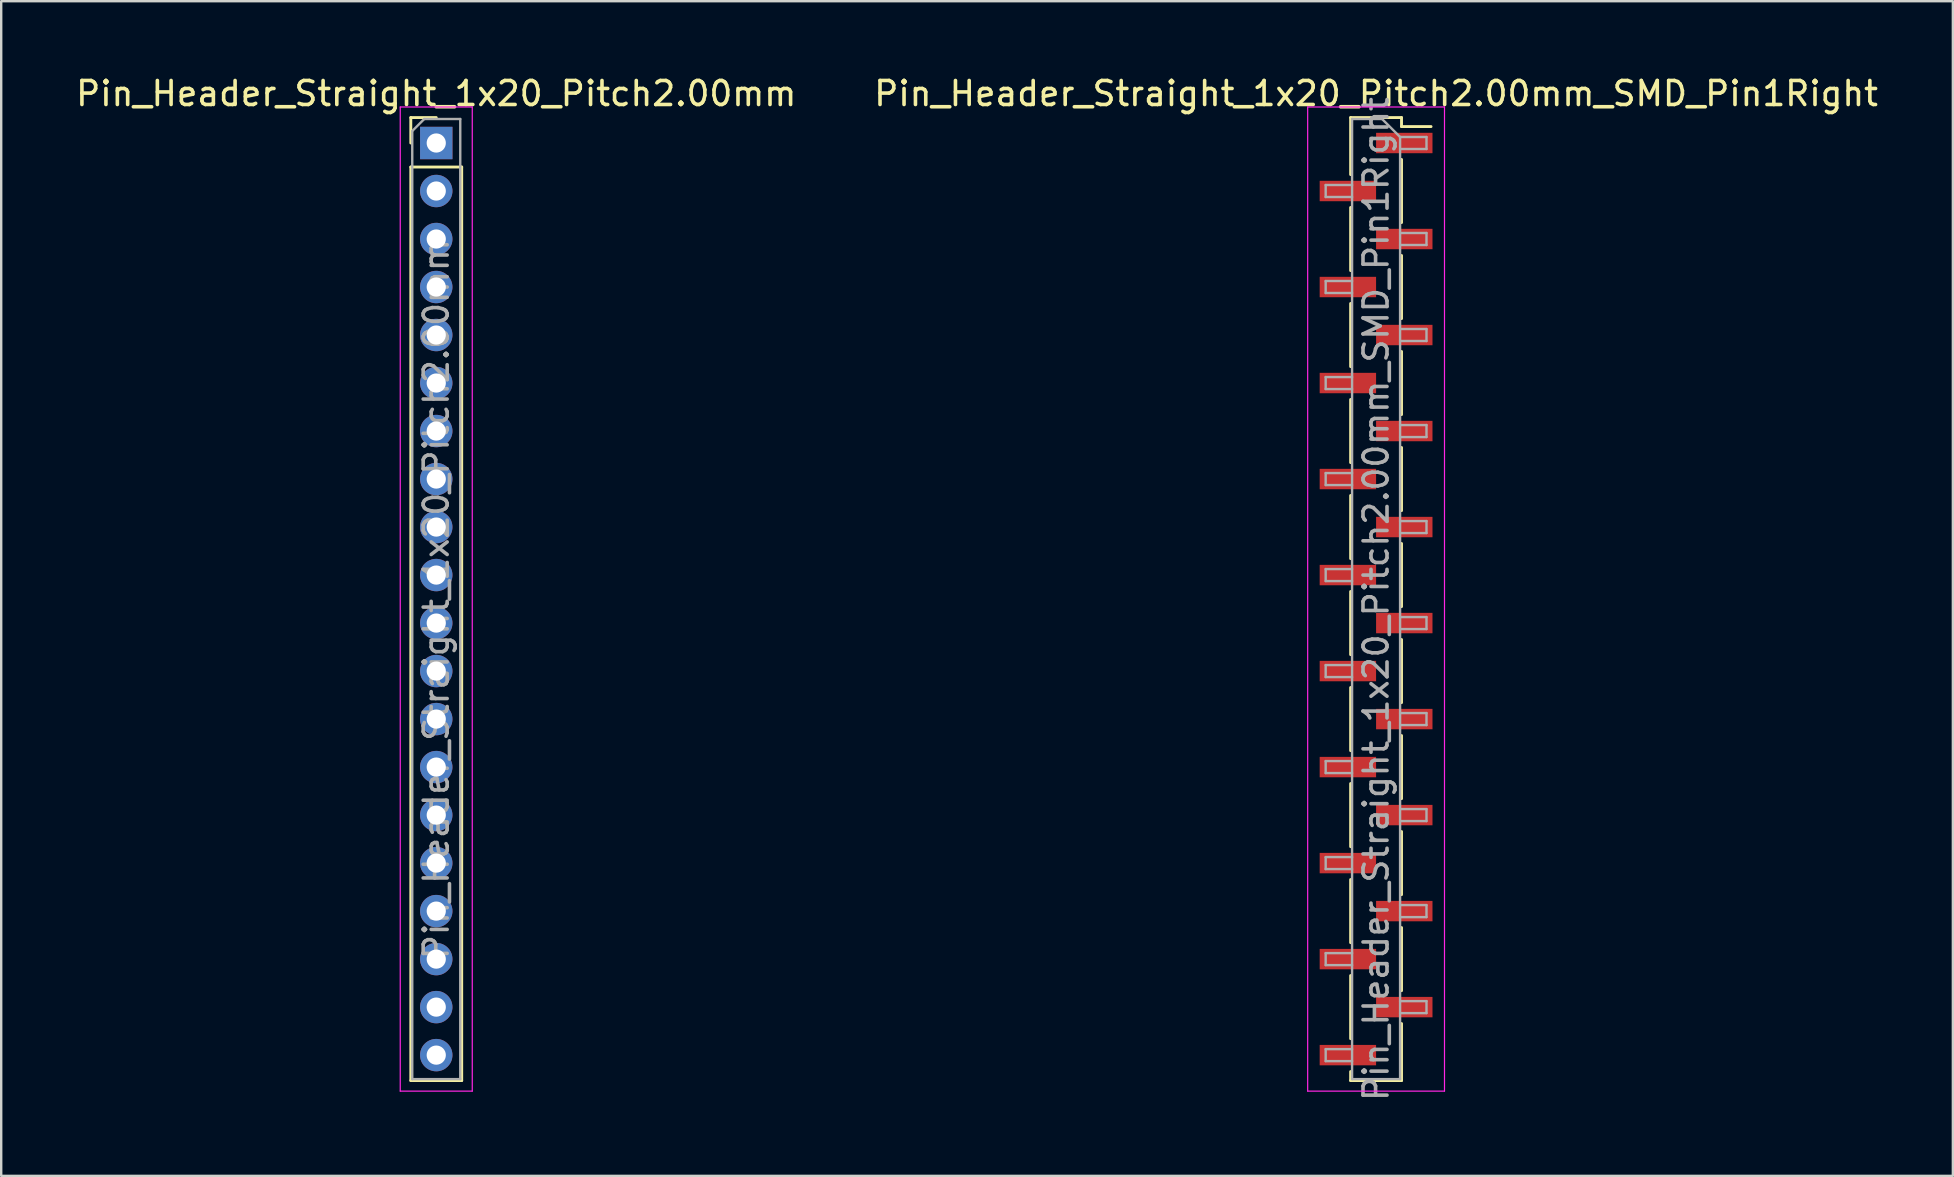
<source format=kicad_pcb>
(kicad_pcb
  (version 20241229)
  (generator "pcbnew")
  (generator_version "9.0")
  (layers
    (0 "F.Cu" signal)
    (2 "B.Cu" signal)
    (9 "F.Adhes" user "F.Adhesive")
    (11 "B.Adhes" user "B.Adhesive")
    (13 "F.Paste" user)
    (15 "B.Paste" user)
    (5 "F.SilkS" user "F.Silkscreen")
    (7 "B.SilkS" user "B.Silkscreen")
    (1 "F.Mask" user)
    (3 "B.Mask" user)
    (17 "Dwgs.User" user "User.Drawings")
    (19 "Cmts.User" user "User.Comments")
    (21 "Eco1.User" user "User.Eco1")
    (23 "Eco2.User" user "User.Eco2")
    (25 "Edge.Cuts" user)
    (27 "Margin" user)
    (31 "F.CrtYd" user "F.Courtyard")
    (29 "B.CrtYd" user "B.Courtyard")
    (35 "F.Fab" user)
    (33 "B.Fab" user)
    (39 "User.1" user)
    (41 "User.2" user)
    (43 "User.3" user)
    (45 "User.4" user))
  (footprint "Pin_Header_Straight_1x20_Pitch2.00mm_SMD_Pin1Right"
    (layer "F.Cu")
    (at 54.28 21.908)
    (property "Reference" "Pin_Header_Straight_1x20_Pitch2.00mm_SMD_Pin1Right" (at 0 -21.06 0) (layer "F.SilkS") (effects (font (size 1 1) (thickness 0.15))))
    (attr smd)
    (fp_line (start -1.06 -20.06) (end -1.06 -17.685) (stroke (width 0.12) (type solid)) (layer "F.SilkS"))
    (fp_line (start -1.06 -20.06) (end 1.06 -20.06) (stroke (width 0.12) (type solid)) (layer "F.SilkS"))
    (fp_line (start -1.06 -16.315) (end -1.06 -13.685) (stroke (width 0.12) (type solid)) (layer "F.SilkS"))
    (fp_line (start -1.06 -12.315) (end -1.06 -9.685) (stroke (width 0.12) (type solid)) (layer "F.SilkS"))
    (fp_line (start -1.06 -8.315) (end -1.06 -5.685) (stroke (width 0.12) (type solid)) (layer "F.SilkS"))
    (fp_line (start -1.06 -4.315) (end -1.06 -1.685) (stroke (width 0.12) (type solid)) (layer "F.SilkS"))
    (fp_line (start -1.06 -0.315) (end -1.06 2.315) (stroke (width 0.12) (type solid)) (layer "F.SilkS"))
    (fp_line (start -1.06 3.685) (end -1.06 6.315) (stroke (width 0.12) (type solid)) (layer "F.SilkS"))
    (fp_line (start -1.06 7.685) (end -1.06 10.315) (stroke (width 0.12) (type solid)) (layer "F.SilkS"))
    (fp_line (start -1.06 11.685) (end -1.06 14.315) (stroke (width 0.12) (type solid)) (layer "F.SilkS"))
    (fp_line (start -1.06 15.685) (end -1.06 18.315) (stroke (width 0.12) (type solid)) (layer "F.SilkS"))
    (fp_line (start -1.06 19.685) (end -1.06 20.06) (stroke (width 0.12) (type solid)) (layer "F.SilkS"))
    (fp_line (start -1.06 20.06) (end 1.06 20.06) (stroke (width 0.12) (type solid)) (layer "F.SilkS"))
    (fp_line (start 1.06 -20.06) (end 1.06 -19.685) (stroke (width 0.12) (type solid)) (layer "F.SilkS"))
    (fp_line (start 1.06 -19.685) (end 2.29 -19.685) (stroke (width 0.12) (type solid)) (layer "F.SilkS"))
    (fp_line (start 1.06 -18.315) (end 1.06 -15.685) (stroke (width 0.12) (type solid)) (layer "F.SilkS"))
    (fp_line (start 1.06 -14.315) (end 1.06 -11.685) (stroke (width 0.12) (type solid)) (layer "F.SilkS"))
    (fp_line (start 1.06 -10.315) (end 1.06 -7.685) (stroke (width 0.12) (type solid)) (layer "F.SilkS"))
    (fp_line (start 1.06 -6.315) (end 1.06 -3.685) (stroke (width 0.12) (type solid)) (layer "F.SilkS"))
    (fp_line (start 1.06 -2.315) (end 1.06 0.315) (stroke (width 0.12) (type solid)) (layer "F.SilkS"))
    (fp_line (start 1.06 1.685) (end 1.06 4.315) (stroke (width 0.12) (type solid)) (layer "F.SilkS"))
    (fp_line (start 1.06 5.685) (end 1.06 8.315) (stroke (width 0.12) (type solid)) (layer "F.SilkS"))
    (fp_line (start 1.06 9.685) (end 1.06 12.315) (stroke (width 0.12) (type solid)) (layer "F.SilkS"))
    (fp_line (start 1.06 13.685) (end 1.06 16.315) (stroke (width 0.12) (type solid)) (layer "F.SilkS"))
    (fp_line (start 1.06 17.685) (end 1.06 20.06) (stroke (width 0.12) (type solid)) (layer "F.SilkS"))
    (fp_line (start -2.85 -20.5) (end -2.85 20.5) (stroke (width 0.05) (type solid)) (layer "F.CrtYd"))
    (fp_line (start -2.85 20.5) (end 2.85 20.5) (stroke (width 0.05) (type solid)) (layer "F.CrtYd"))
    (fp_line (start 2.85 -20.5) (end -2.85 -20.5) (stroke (width 0.05) (type solid)) (layer "F.CrtYd"))
    (fp_line (start 2.85 20.5) (end 2.85 -20.5) (stroke (width 0.05) (type solid)) (layer "F.CrtYd"))
    (fp_line (start -2.1 -17.25) (end -2.1 -16.75) (stroke (width 0.1) (type solid)) (layer "F.Fab"))
    (fp_line (start -2.1 -16.75) (end -1 -16.75) (stroke (width 0.1) (type solid)) (layer "F.Fab"))
    (fp_line (start -2.1 -13.25) (end -2.1 -12.75) (stroke (width 0.1) (type solid)) (layer "F.Fab"))
    (fp_line (start -2.1 -12.75) (end -1 -12.75) (stroke (width 0.1) (type solid)) (layer "F.Fab"))
    (fp_line (start -2.1 -9.25) (end -2.1 -8.75) (stroke (width 0.1) (type solid)) (layer "F.Fab"))
    (fp_line (start -2.1 -8.75) (end -1 -8.75) (stroke (width 0.1) (type solid)) (layer "F.Fab"))
    (fp_line (start -2.1 -5.25) (end -2.1 -4.75) (stroke (width 0.1) (type solid)) (layer "F.Fab"))
    (fp_line (start -2.1 -4.75) (end -1 -4.75) (stroke (width 0.1) (type solid)) (layer "F.Fab"))
    (fp_line (start -2.1 -1.25) (end -2.1 -0.75) (stroke (width 0.1) (type solid)) (layer "F.Fab"))
    (fp_line (start -2.1 -0.75) (end -1 -0.75) (stroke (width 0.1) (type solid)) (layer "F.Fab"))
    (fp_line (start -2.1 2.75) (end -2.1 3.25) (stroke (width 0.1) (type solid)) (layer "F.Fab"))
    (fp_line (start -2.1 3.25) (end -1 3.25) (stroke (width 0.1) (type solid)) (layer "F.Fab"))
    (fp_line (start -2.1 6.75) (end -2.1 7.25) (stroke (width 0.1) (type solid)) (layer "F.Fab"))
    (fp_line (start -2.1 7.25) (end -1 7.25) (stroke (width 0.1) (type solid)) (layer "F.Fab"))
    (fp_line (start -2.1 10.75) (end -2.1 11.25) (stroke (width 0.1) (type solid)) (layer "F.Fab"))
    (fp_line (start -2.1 11.25) (end -1 11.25) (stroke (width 0.1) (type solid)) (layer "F.Fab"))
    (fp_line (start -2.1 14.75) (end -2.1 15.25) (stroke (width 0.1) (type solid)) (layer "F.Fab"))
    (fp_line (start -2.1 15.25) (end -1 15.25) (stroke (width 0.1) (type solid)) (layer "F.Fab"))
    (fp_line (start -2.1 18.75) (end -2.1 19.25) (stroke (width 0.1) (type solid)) (layer "F.Fab"))
    (fp_line (start -2.1 19.25) (end -1 19.25) (stroke (width 0.1) (type solid)) (layer "F.Fab"))
    (fp_line (start -1 -20) (end -1 20) (stroke (width 0.1) (type solid)) (layer "F.Fab"))
    (fp_line (start -1 -20) (end 0.25 -20) (stroke (width 0.1) (type solid)) (layer "F.Fab"))
    (fp_line (start -1 -17.25) (end -2.1 -17.25) (stroke (width 0.1) (type solid)) (layer "F.Fab"))
    (fp_line (start -1 -13.25) (end -2.1 -13.25) (stroke (width 0.1) (type solid)) (layer "F.Fab"))
    (fp_line (start -1 -9.25) (end -2.1 -9.25) (stroke (width 0.1) (type solid)) (layer "F.Fab"))
    (fp_line (start -1 -5.25) (end -2.1 -5.25) (stroke (width 0.1) (type solid)) (layer "F.Fab"))
    (fp_line (start -1 -1.25) (end -2.1 -1.25) (stroke (width 0.1) (type solid)) (layer "F.Fab"))
    (fp_line (start -1 2.75) (end -2.1 2.75) (stroke (width 0.1) (type solid)) (layer "F.Fab"))
    (fp_line (start -1 6.75) (end -2.1 6.75) (stroke (width 0.1) (type solid)) (layer "F.Fab"))
    (fp_line (start -1 10.75) (end -2.1 10.75) (stroke (width 0.1) (type solid)) (layer "F.Fab"))
    (fp_line (start -1 14.75) (end -2.1 14.75) (stroke (width 0.1) (type solid)) (layer "F.Fab"))
    (fp_line (start -1 18.75) (end -2.1 18.75) (stroke (width 0.1) (type solid)) (layer "F.Fab"))
    (fp_line (start 1 -19.25) (end 0.25 -20) (stroke (width 0.1) (type solid)) (layer "F.Fab"))
    (fp_line (start 1 -19.25) (end 2.1 -19.25) (stroke (width 0.1) (type solid)) (layer "F.Fab"))
    (fp_line (start 1 -15.25) (end 2.1 -15.25) (stroke (width 0.1) (type solid)) (layer "F.Fab"))
    (fp_line (start 1 -11.25) (end 2.1 -11.25) (stroke (width 0.1) (type solid)) (layer "F.Fab"))
    (fp_line (start 1 -7.25) (end 2.1 -7.25) (stroke (width 0.1) (type solid)) (layer "F.Fab"))
    (fp_line (start 1 -3.25) (end 2.1 -3.25) (stroke (width 0.1) (type solid)) (layer "F.Fab"))
    (fp_line (start 1 0.75) (end 2.1 0.75) (stroke (width 0.1) (type solid)) (layer "F.Fab"))
    (fp_line (start 1 4.75) (end 2.1 4.75) (stroke (width 0.1) (type solid)) (layer "F.Fab"))
    (fp_line (start 1 8.75) (end 2.1 8.75) (stroke (width 0.1) (type solid)) (layer "F.Fab"))
    (fp_line (start 1 12.75) (end 2.1 12.75) (stroke (width 0.1) (type solid)) (layer "F.Fab"))
    (fp_line (start 1 16.75) (end 2.1 16.75) (stroke (width 0.1) (type solid)) (layer "F.Fab"))
    (fp_line (start 1 20) (end -1 20) (stroke (width 0.1) (type solid)) (layer "F.Fab"))
    (fp_line (start 1 20) (end 1 -19.25) (stroke (width 0.1) (type solid)) (layer "F.Fab"))
    (fp_line (start 2.1 -19.25) (end 2.1 -18.75) (stroke (width 0.1) (type solid)) (layer "F.Fab"))
    (fp_line (start 2.1 -18.75) (end 1 -18.75) (stroke (width 0.1) (type solid)) (layer "F.Fab"))
    (fp_line (start 2.1 -15.25) (end 2.1 -14.75) (stroke (width 0.1) (type solid)) (layer "F.Fab"))
    (fp_line (start 2.1 -14.75) (end 1 -14.75) (stroke (width 0.1) (type solid)) (layer "F.Fab"))
    (fp_line (start 2.1 -11.25) (end 2.1 -10.75) (stroke (width 0.1) (type solid)) (layer "F.Fab"))
    (fp_line (start 2.1 -10.75) (end 1 -10.75) (stroke (width 0.1) (type solid)) (layer "F.Fab"))
    (fp_line (start 2.1 -7.25) (end 2.1 -6.75) (stroke (width 0.1) (type solid)) (layer "F.Fab"))
    (fp_line (start 2.1 -6.75) (end 1 -6.75) (stroke (width 0.1) (type solid)) (layer "F.Fab"))
    (fp_line (start 2.1 -3.25) (end 2.1 -2.75) (stroke (width 0.1) (type solid)) (layer "F.Fab"))
    (fp_line (start 2.1 -2.75) (end 1 -2.75) (stroke (width 0.1) (type solid)) (layer "F.Fab"))
    (fp_line (start 2.1 0.75) (end 2.1 1.25) (stroke (width 0.1) (type solid)) (layer "F.Fab"))
    (fp_line (start 2.1 1.25) (end 1 1.25) (stroke (width 0.1) (type solid)) (layer "F.Fab"))
    (fp_line (start 2.1 4.75) (end 2.1 5.25) (stroke (width 0.1) (type solid)) (layer "F.Fab"))
    (fp_line (start 2.1 5.25) (end 1 5.25) (stroke (width 0.1) (type solid)) (layer "F.Fab"))
    (fp_line (start 2.1 8.75) (end 2.1 9.25) (stroke (width 0.1) (type solid)) (layer "F.Fab"))
    (fp_line (start 2.1 9.25) (end 1 9.25) (stroke (width 0.1) (type solid)) (layer "F.Fab"))
    (fp_line (start 2.1 12.75) (end 2.1 13.25) (stroke (width 0.1) (type solid)) (layer "F.Fab"))
    (fp_line (start 2.1 13.25) (end 1 13.25) (stroke (width 0.1) (type solid)) (layer "F.Fab"))
    (fp_line (start 2.1 16.75) (end 2.1 17.25) (stroke (width 0.1) (type solid)) (layer "F.Fab"))
    (fp_line (start 2.1 17.25) (end 1 17.25) (stroke (width 0.1) (type solid)) (layer "F.Fab"))
    (fp_text user "${REFERENCE}" (at 0 0 90) (layer "F.Fab") (effects (font (size 1 1) (thickness 0.15))))
    (pad "1" smd rect (at 1.175 -19) (size 2.35 0.85) (layers "F.Cu" "F.Mask" "F.Paste"))
    (pad "2" smd rect (at -1.175 -17) (size 2.35 0.85) (layers "F.Cu" "F.Mask" "F.Paste"))
    (pad "3" smd rect (at 1.175 -15) (size 2.35 0.85) (layers "F.Cu" "F.Mask" "F.Paste"))
    (pad "4" smd rect (at -1.175 -13) (size 2.35 0.85) (layers "F.Cu" "F.Mask" "F.Paste"))
    (pad "5" smd rect (at 1.175 -11) (size 2.35 0.85) (layers "F.Cu" "F.Mask" "F.Paste"))
    (pad "6" smd rect (at -1.175 -9) (size 2.35 0.85) (layers "F.Cu" "F.Mask" "F.Paste"))
    (pad "7" smd rect (at 1.175 -7) (size 2.35 0.85) (layers "F.Cu" "F.Mask" "F.Paste"))
    (pad "8" smd rect (at -1.175 -5) (size 2.35 0.85) (layers "F.Cu" "F.Mask" "F.Paste"))
    (pad "9" smd rect (at 1.175 -3) (size 2.35 0.85) (layers "F.Cu" "F.Mask" "F.Paste"))
    (pad "10" smd rect (at -1.175 -1) (size 2.35 0.85) (layers "F.Cu" "F.Mask" "F.Paste"))
    (pad "11" smd rect (at 1.175 1) (size 2.35 0.85) (layers "F.Cu" "F.Mask" "F.Paste"))
    (pad "12" smd rect (at -1.175 3) (size 2.35 0.85) (layers "F.Cu" "F.Mask" "F.Paste"))
    (pad "13" smd rect (at 1.175 5) (size 2.35 0.85) (layers "F.Cu" "F.Mask" "F.Paste"))
    (pad "14" smd rect (at -1.175 7) (size 2.35 0.85) (layers "F.Cu" "F.Mask" "F.Paste"))
    (pad "15" smd rect (at 1.175 9) (size 2.35 0.85) (layers "F.Cu" "F.Mask" "F.Paste"))
    (pad "16" smd rect (at -1.175 11) (size 2.35 0.85) (layers "F.Cu" "F.Mask" "F.Paste"))
    (pad "17" smd rect (at 1.175 13) (size 2.35 0.85) (layers "F.Cu" "F.Mask" "F.Paste"))
    (pad "18" smd rect (at -1.175 15) (size 2.35 0.85) (layers "F.Cu" "F.Mask" "F.Paste"))
    (pad "19" smd rect (at 1.175 17) (size 2.35 0.85) (layers "F.Cu" "F.Mask" "F.Paste"))
    (pad "20" smd rect (at -1.175 19) (size 2.35 0.85) (layers "F.Cu" "F.Mask" "F.Paste")))
  (footprint "Pin_Header_Straight_1x20_Pitch2.00mm"
    (layer "F.Cu")
    (at 15.125 2.908)
    (property "Reference" "Pin_Header_Straight_1x20_Pitch2.00mm" (at 0 -2.06 0) (layer "F.SilkS") (effects (font (size 1 1) (thickness 0.15))))
    (attr through_hole)
    (fp_line (start -1.06 -1.06) (end 0 -1.06) (stroke (width 0.12) (type solid)) (layer "F.SilkS"))
    (fp_line (start -1.06 0) (end -1.06 -1.06) (stroke (width 0.12) (type solid)) (layer "F.SilkS"))
    (fp_line (start -1.06 1) (end -1.06 39.06) (stroke (width 0.12) (type solid)) (layer "F.SilkS"))
    (fp_line (start -1.06 1) (end 1.06 1) (stroke (width 0.12) (type solid)) (layer "F.SilkS"))
    (fp_line (start -1.06 39.06) (end 1.06 39.06) (stroke (width 0.12) (type solid)) (layer "F.SilkS"))
    (fp_line (start 1.06 1) (end 1.06 39.06) (stroke (width 0.12) (type solid)) (layer "F.SilkS"))
    (fp_line (start -1.5 -1.5) (end -1.5 39.5) (stroke (width 0.05) (type solid)) (layer "F.CrtYd"))
    (fp_line (start -1.5 39.5) (end 1.5 39.5) (stroke (width 0.05) (type solid)) (layer "F.CrtYd"))
    (fp_line (start 1.5 -1.5) (end -1.5 -1.5) (stroke (width 0.05) (type solid)) (layer "F.CrtYd"))
    (fp_line (start 1.5 39.5) (end 1.5 -1.5) (stroke (width 0.05) (type solid)) (layer "F.CrtYd"))
    (fp_line (start -1 -0.5) (end -0.5 -1) (stroke (width 0.1) (type solid)) (layer "F.Fab"))
    (fp_line (start -1 39) (end -1 -0.5) (stroke (width 0.1) (type solid)) (layer "F.Fab"))
    (fp_line (start -0.5 -1) (end 1 -1) (stroke (width 0.1) (type solid)) (layer "F.Fab"))
    (fp_line (start 1 -1) (end 1 39) (stroke (width 0.1) (type solid)) (layer "F.Fab"))
    (fp_line (start 1 39) (end -1 39) (stroke (width 0.1) (type solid)) (layer "F.Fab"))
    (fp_text user "${REFERENCE}" (at 0 19 90) (layer "F.Fab") (effects (font (size 1 1) (thickness 0.15))))
    (pad "1" thru_hole rect (at 0 0) (size 1.35 1.35) (drill 0.8) (layers "*.Cu" "*.Mask"))
    (pad "2" thru_hole oval (at 0 2) (size 1.35 1.35) (drill 0.8) (layers "*.Cu" "*.Mask"))
    (pad "3" thru_hole oval (at 0 4) (size 1.35 1.35) (drill 0.8) (layers "*.Cu" "*.Mask"))
    (pad "4" thru_hole oval (at 0 6) (size 1.35 1.35) (drill 0.8) (layers "*.Cu" "*.Mask"))
    (pad "5" thru_hole oval (at 0 8) (size 1.35 1.35) (drill 0.8) (layers "*.Cu" "*.Mask"))
    (pad "6" thru_hole oval (at 0 10) (size 1.35 1.35) (drill 0.8) (layers "*.Cu" "*.Mask"))
    (pad "7" thru_hole oval (at 0 12) (size 1.35 1.35) (drill 0.8) (layers "*.Cu" "*.Mask"))
    (pad "8" thru_hole oval (at 0 14) (size 1.35 1.35) (drill 0.8) (layers "*.Cu" "*.Mask"))
    (pad "9" thru_hole oval (at 0 16) (size 1.35 1.35) (drill 0.8) (layers "*.Cu" "*.Mask"))
    (pad "10" thru_hole oval (at 0 18) (size 1.35 1.35) (drill 0.8) (layers "*.Cu" "*.Mask"))
    (pad "11" thru_hole oval (at 0 20) (size 1.35 1.35) (drill 0.8) (layers "*.Cu" "*.Mask"))
    (pad "12" thru_hole oval (at 0 22) (size 1.35 1.35) (drill 0.8) (layers "*.Cu" "*.Mask"))
    (pad "13" thru_hole oval (at 0 24) (size 1.35 1.35) (drill 0.8) (layers "*.Cu" "*.Mask"))
    (pad "14" thru_hole oval (at 0 26) (size 1.35 1.35) (drill 0.8) (layers "*.Cu" "*.Mask"))
    (pad "15" thru_hole oval (at 0 28) (size 1.35 1.35) (drill 0.8) (layers "*.Cu" "*.Mask"))
    (pad "16" thru_hole oval (at 0 30) (size 1.35 1.35) (drill 0.8) (layers "*.Cu" "*.Mask"))
    (pad "17" thru_hole oval (at 0 32) (size 1.35 1.35) (drill 0.8) (layers "*.Cu" "*.Mask"))
    (pad "18" thru_hole oval (at 0 34) (size 1.35 1.35) (drill 0.8) (layers "*.Cu" "*.Mask"))
    (pad "19" thru_hole oval (at 0 36) (size 1.35 1.35) (drill 0.8) (layers "*.Cu" "*.Mask"))
    (pad "20" thru_hole oval (at 0 38) (size 1.35 1.35) (drill 0.8) (layers "*.Cu" "*.Mask")))
  (gr_rect
    (start -3 -3)
    (end 78.31 45.938)
    (stroke (width 0.1) (type default))
    (fill no)
    (layer "Edge.Cuts")))
</source>
